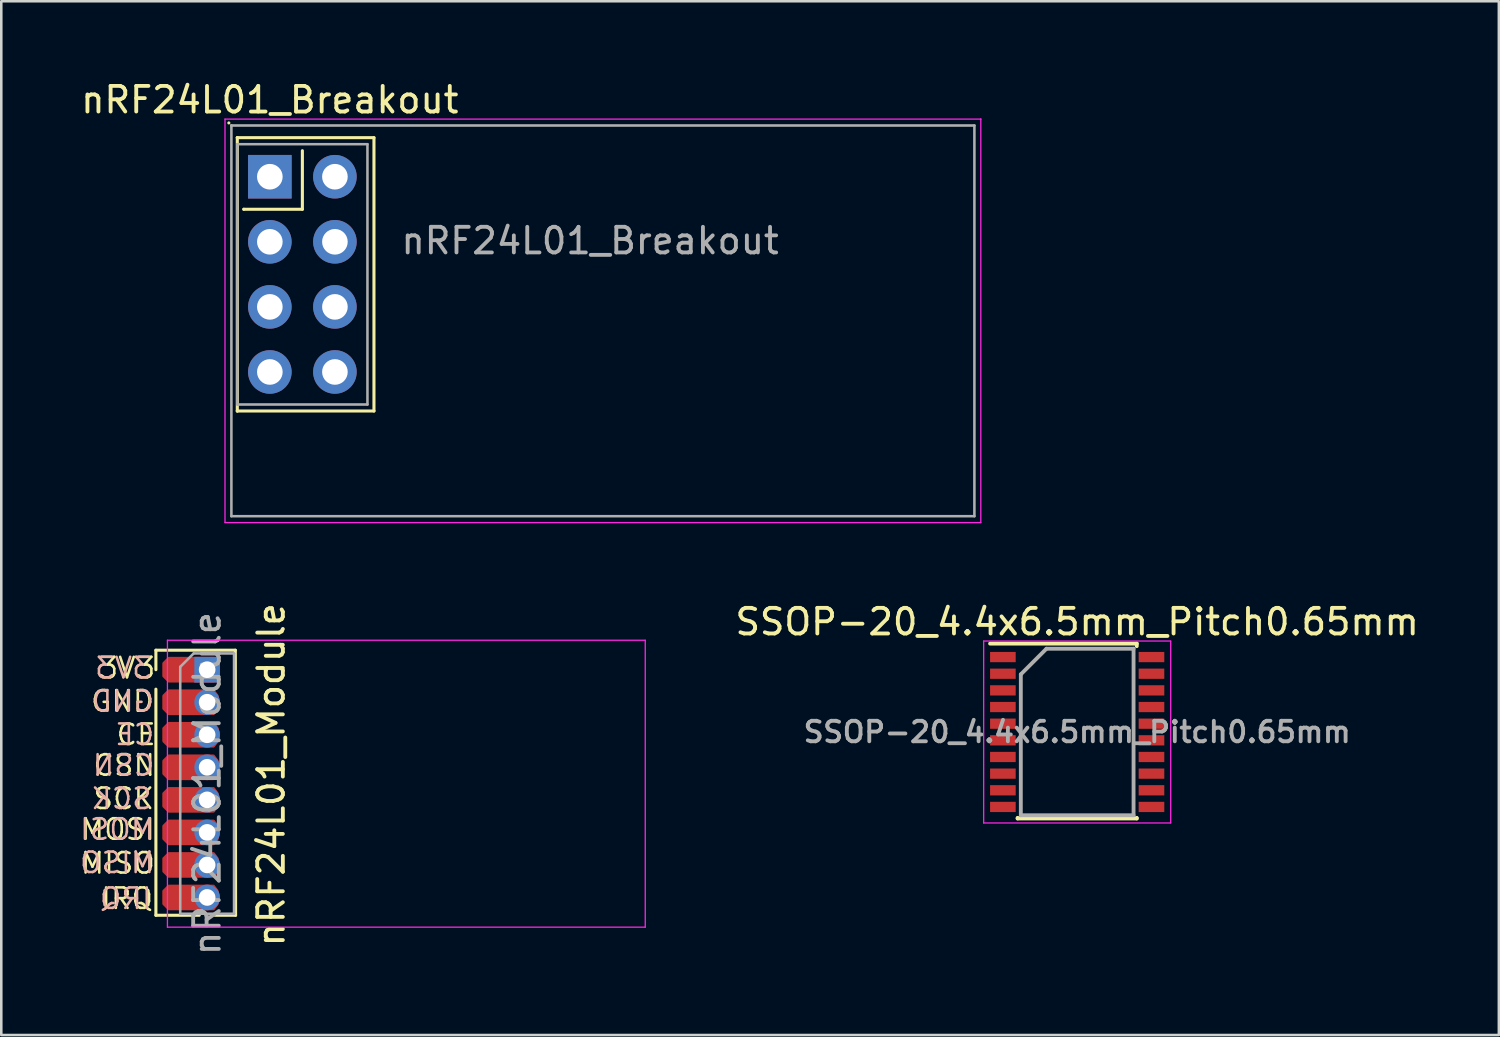
<source format=kicad_pcb>
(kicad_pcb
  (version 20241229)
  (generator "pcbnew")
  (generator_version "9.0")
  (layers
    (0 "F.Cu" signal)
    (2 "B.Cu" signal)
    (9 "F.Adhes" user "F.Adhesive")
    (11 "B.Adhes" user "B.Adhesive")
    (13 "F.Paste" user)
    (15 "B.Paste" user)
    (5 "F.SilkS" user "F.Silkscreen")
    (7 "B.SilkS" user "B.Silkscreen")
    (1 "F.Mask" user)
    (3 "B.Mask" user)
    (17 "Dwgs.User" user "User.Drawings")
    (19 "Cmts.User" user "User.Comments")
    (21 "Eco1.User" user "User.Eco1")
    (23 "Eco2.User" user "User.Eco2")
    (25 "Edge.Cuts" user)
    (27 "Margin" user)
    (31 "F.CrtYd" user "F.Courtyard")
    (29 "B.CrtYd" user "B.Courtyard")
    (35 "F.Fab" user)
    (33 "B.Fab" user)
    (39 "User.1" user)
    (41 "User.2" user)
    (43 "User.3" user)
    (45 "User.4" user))
  (footprint "SSOP-20_4.4x6.5mm_Pitch0.65mm"
    (layer "F.Cu")
    (at 38.994 25.521)
    (property "Reference" "SSOP-20_4.4x6.5mm_Pitch0.65mm" (at 0 -4.3 180) (layer "F.SilkS") (effects (font (size 1 1) (thickness 0.15))))
    (attr smd)
    (fp_line (start -3.4 -3.45) (end 2.325 -3.45) (stroke (width 0.15) (type solid)) (layer "F.SilkS"))
    (fp_line (start -2.325 3.375) (end -2.325 3.35) (stroke (width 0.15) (type solid)) (layer "F.SilkS"))
    (fp_line (start -2.325 3.375) (end 2.325 3.375) (stroke (width 0.15) (type solid)) (layer "F.SilkS"))
    (fp_line (start 2.325 -3.45) (end 2.325 -3.35) (stroke (width 0.15) (type solid)) (layer "F.SilkS"))
    (fp_line (start 2.325 3.375) (end 2.325 3.35) (stroke (width 0.15) (type solid)) (layer "F.SilkS"))
    (fp_line (start -3.65 -3.55) (end -3.65 3.55) (stroke (width 0.05) (type solid)) (layer "F.CrtYd"))
    (fp_line (start -3.65 -3.55) (end 3.65 -3.55) (stroke (width 0.05) (type solid)) (layer "F.CrtYd"))
    (fp_line (start -3.65 3.55) (end 3.65 3.55) (stroke (width 0.05) (type solid)) (layer "F.CrtYd"))
    (fp_line (start 3.65 -3.55) (end 3.65 3.55) (stroke (width 0.05) (type solid)) (layer "F.CrtYd"))
    (fp_line (start -2.2 -2.25) (end -1.2 -3.25) (stroke (width 0.15) (type solid)) (layer "F.Fab"))
    (fp_line (start -2.2 3.25) (end -2.2 -2.25) (stroke (width 0.15) (type solid)) (layer "F.Fab"))
    (fp_line (start -1.2 -3.25) (end 2.2 -3.25) (stroke (width 0.15) (type solid)) (layer "F.Fab"))
    (fp_line (start 2.2 -3.25) (end 2.2 3.25) (stroke (width 0.15) (type solid)) (layer "F.Fab"))
    (fp_line (start 2.2 3.25) (end -2.2 3.25) (stroke (width 0.15) (type solid)) (layer "F.Fab"))
    (fp_text user "${REFERENCE}" (at 0 0 180) (layer "F.Fab") (effects (font (size 0.8 0.8) (thickness 0.15))))
    (pad "1" smd rect (at -2.9 -2.925) (size 1 0.4) (layers "F.Cu" "F.Mask" "F.Paste"))
    (pad "2" smd rect (at -2.9 -2.275) (size 1 0.4) (layers "F.Cu" "F.Mask" "F.Paste"))
    (pad "3" smd rect (at -2.9 -1.625) (size 1 0.4) (layers "F.Cu" "F.Mask" "F.Paste"))
    (pad "4" smd rect (at -2.9 -0.975) (size 1 0.4) (layers "F.Cu" "F.Mask" "F.Paste"))
    (pad "5" smd rect (at -2.9 -0.325) (size 1 0.4) (layers "F.Cu" "F.Mask" "F.Paste"))
    (pad "6" smd rect (at -2.9 0.325) (size 1 0.4) (layers "F.Cu" "F.Mask" "F.Paste"))
    (pad "7" smd rect (at -2.9 0.975) (size 1 0.4) (layers "F.Cu" "F.Mask" "F.Paste"))
    (pad "8" smd rect (at -2.9 1.625) (size 1 0.4) (layers "F.Cu" "F.Mask" "F.Paste"))
    (pad "9" smd rect (at -2.9 2.275) (size 1 0.4) (layers "F.Cu" "F.Mask" "F.Paste"))
    (pad "10" smd rect (at -2.9 2.925) (size 1 0.4) (layers "F.Cu" "F.Mask" "F.Paste"))
    (pad "11" smd rect (at 2.9 2.925) (size 1 0.4) (layers "F.Cu" "F.Mask" "F.Paste"))
    (pad "12" smd rect (at 2.9 2.275) (size 1 0.4) (layers "F.Cu" "F.Mask" "F.Paste"))
    (pad "13" smd rect (at 2.9 1.625) (size 1 0.4) (layers "F.Cu" "F.Mask" "F.Paste"))
    (pad "14" smd rect (at 2.9 0.975) (size 1 0.4) (layers "F.Cu" "F.Mask" "F.Paste"))
    (pad "15" smd rect (at 2.9 0.325) (size 1 0.4) (layers "F.Cu" "F.Mask" "F.Paste"))
    (pad "16" smd rect (at 2.9 -0.325) (size 1 0.4) (layers "F.Cu" "F.Mask" "F.Paste"))
    (pad "17" smd rect (at 2.9 -0.975) (size 1 0.4) (layers "F.Cu" "F.Mask" "F.Paste"))
    (pad "18" smd rect (at 2.9 -1.625) (size 1 0.4) (layers "F.Cu" "F.Mask" "F.Paste"))
    (pad "19" smd rect (at 2.9 -2.275) (size 1 0.4) (layers "F.Cu" "F.Mask" "F.Paste"))
    (pad "20" smd rect (at 2.9 -2.925) (size 1 0.4) (layers "F.Cu" "F.Mask" "F.Paste")))
  (footprint "nRF24L01_Module"
    (layer "F.Cu")
    (at 5.035 23.089)
    (property "Reference" "nRF24L01_Module" (at 2.5 4.1 90) (layer "F.SilkS") (effects (font (size 1 1) (thickness 0.15))))
    (attr through_hole)
    (fp_line (start -2 -0.76) (end 1.1 -0.76) (stroke (width 0.12) (type solid)) (layer "F.SilkS"))
    (fp_line (start -2 0) (end -2 -0.76) (stroke (width 0.12) (type solid)) (layer "F.SilkS"))
    (fp_line (start -2 0.76) (end -2 9.585) (stroke (width 0.12) (type solid)) (layer "F.SilkS"))
    (fp_line (start -2 9.585) (end -0.308 9.585) (stroke (width 0.12) (type solid)) (layer "F.SilkS"))
    (fp_line (start 0.308 9.585) (end 1.11 9.585) (stroke (width 0.12) (type solid)) (layer "F.SilkS"))
    (fp_line (start 1.1 -0.76) (end 1.11 9.585) (stroke (width 0.12) (type solid)) (layer "F.SilkS"))
    (fp_line (start -1.55 -1.15) (end -1.55 10.05) (stroke (width 0.05) (type solid)) (layer "F.CrtYd"))
    (fp_line (start -1.55 10.05) (end 17.1 10.05) (stroke (width 0.05) (type solid)) (layer "F.CrtYd"))
    (fp_line (start 17.1 -1.15) (end -1.55 -1.15) (stroke (width 0.05) (type solid)) (layer "F.CrtYd"))
    (fp_line (start 17.1 10.05) (end 17.1 -1.15) (stroke (width 0.05) (type solid)) (layer "F.CrtYd"))
    (fp_line (start -1.05 -0.11) (end -0.525 -0.635) (stroke (width 0.1) (type solid)) (layer "F.Fab"))
    (fp_line (start -1.05 9.525) (end -1.05 -0.11) (stroke (width 0.1) (type solid)) (layer "F.Fab"))
    (fp_line (start -0.525 -0.635) (end 1.05 -0.635) (stroke (width 0.1) (type solid)) (layer "F.Fab"))
    (fp_line (start 1.05 -0.635) (end 1.05 9.525) (stroke (width 0.1) (type solid)) (layer "F.Fab"))
    (fp_line (start 1.05 9.525) (end -1.05 9.525) (stroke (width 0.1) (type solid)) (layer "F.Fab"))
    (fp_text user "3V3" (at -4.3 0.4 0) (unlocked yes) (layer "F.SilkS") (effects (font (size 0.8 0.8) (thickness 0.1)) (justify left bottom)))
    (fp_text user "SCK" (at -4.5 5.5 0) (unlocked yes) (layer "F.SilkS") (effects (font (size 0.8 0.8) (thickness 0.1)) (justify left bottom)))
    (fp_text user "IRQ" (at -4.2 9.4 0) (unlocked yes) (layer "F.SilkS") (effects (font (size 0.8 0.8) (thickness 0.1)) (justify left bottom)))
    (fp_text user "MISO" (at -5 8.02 0) (unlocked yes) (layer "F.SilkS") (effects (font (size 0.8 0.8) (thickness 0.1)) (justify left bottom)))
    (fp_text user "GND" (at -4.6 1.7 0) (unlocked yes) (layer "F.SilkS") (effects (font (size 0.8 0.8) (thickness 0.1)) (justify left bottom)))
    (fp_text user "CE" (at -3.6 3 0) (unlocked yes) (layer "F.SilkS") (effects (font (size 0.8 0.8) (thickness 0.1)) (justify left bottom)))
    (fp_text user "MOSI" (at -5 6.7 0) (unlocked yes) (layer "F.SilkS") (effects (font (size 0.8 0.8) (thickness 0.1)) (justify left bottom)))
    (fp_text user "CSN" (at -4.5 4.2 0) (unlocked yes) (layer "F.SilkS") (effects (font (size 0.8 0.8) (thickness 0.1)) (justify left bottom)))
    (fp_text user "MISO" (at -2 8 0) (unlocked yes) (layer "B.SilkS") (effects (font (size 0.8 0.8) (thickness 0.1)) (justify left bottom mirror)))
    (fp_text user "CSN" (at -2 4.2 0) (unlocked yes) (layer "B.SilkS") (effects (font (size 0.8 0.8) (thickness 0.1)) (justify left bottom mirror)))
    (fp_text user "SCK" (at -2.1 5.5 0) (unlocked yes) (layer "B.SilkS") (effects (font (size 0.8 0.8) (thickness 0.1)) (justify left bottom mirror)))
    (fp_text user "GND" (at -2 1.7 0) (unlocked yes) (layer "B.SilkS") (effects (font (size 0.8 0.8) (thickness 0.1)) (justify left bottom mirror)))
    (fp_text user "MOSI" (at -2 6.7 0) (unlocked yes) (layer "B.SilkS") (effects (font (size 0.8 0.8) (thickness 0.1)) (justify left bottom mirror)))
    (fp_text user "CE" (at -2 3 0) (unlocked yes) (layer "B.SilkS") (effects (font (size 0.8 0.8) (thickness 0.1)) (justify left bottom mirror)))
    (fp_text user "3V3" (at -2.1 0.4 0) (unlocked yes) (layer "B.SilkS") (effects (font (size 0.8 0.8) (thickness 0.1)) (justify left bottom mirror)))
    (fp_text user "IRQ" (at -2.1 9.4 0) (unlocked yes) (layer "B.SilkS") (effects (font (size 0.8 0.8) (thickness 0.1)) (justify left bottom mirror)))
    (fp_text user "${REFERENCE}" (at 0 4.445 90) (layer "F.Fab") (effects (font (size 1 1) (thickness 0.15))))
    (pad "1" smd custom (at 0 1.27 180) (size 0.8 0.8) (layers "F.Cu" "F.Mask") (options (anchor circle)) (primitives (gr_poly (pts (xy 1.7 0.25) (xy 1.5 0.45) (xy -0.25 0.45) (xy -0.4 0.25) (xy -0.4 -0.25) (xy -0.25 -0.45) (xy 1.5 -0.45) (xy 1.7 -0.25)) (width 0.1) (fill yes))))
    (pad "1" thru_hole circle (at 0 1.27 90) (size 1 1) (drill 0.65) (layers "*.Cu" "*.Mask"))
    (pad "2" smd custom (at 0 0 180) (size 0.8 0.8) (layers "F.Cu" "F.Mask") (options (anchor circle)) (primitives (gr_poly (pts (xy 1.7 0.25) (xy 1.5 0.45) (xy -0.25 0.45) (xy -0.4 0.25) (xy -0.4 -0.25) (xy -0.25 -0.45) (xy 1.5 -0.45) (xy 1.7 -0.25)) (width 0.1) (fill yes))))
    (pad "2" thru_hole rect (at 0 0) (size 1 1) (drill 0.65) (layers "*.Cu" "*.Mask"))
    (pad "3" smd custom (at 0 2.54 180) (size 0.8 0.8) (layers "F.Cu" "F.Mask") (options (anchor circle)) (primitives (gr_poly (pts (xy 1.7 0.25) (xy 1.5 0.45) (xy -0.25 0.45) (xy -0.4 0.25) (xy -0.4 -0.25) (xy -0.25 -0.45) (xy 1.5 -0.45) (xy 1.7 -0.25)) (width 0.1) (fill yes))))
    (pad "3" thru_hole oval (at 0 2.54) (size 1 1) (drill 0.65) (layers "*.Cu" "*.Mask"))
    (pad "4" smd custom (at 0 3.81 180) (size 0.8 0.8) (layers "F.Cu" "F.Mask") (options (anchor circle)) (primitives (gr_poly (pts (xy 1.7 0.25) (xy 1.5 0.45) (xy -0.25 0.45) (xy -0.4 0.25) (xy -0.4 -0.25) (xy -0.25 -0.45) (xy 1.5 -0.45) (xy 1.7 -0.25)) (width 0.1) (fill yes))))
    (pad "4" thru_hole oval (at 0 3.81) (size 1 1) (drill 0.65) (layers "*.Cu" "*.Mask"))
    (pad "5" smd custom (at 0 5.08 180) (size 0.8 0.8) (layers "F.Cu" "F.Mask") (options (anchor circle)) (primitives (gr_poly (pts (xy 1.7 0.25) (xy 1.5 0.45) (xy -0.25 0.45) (xy -0.4 0.25) (xy -0.4 -0.25) (xy -0.25 -0.45) (xy 1.5 -0.45) (xy 1.7 -0.25)) (width 0.1) (fill yes))))
    (pad "5" thru_hole oval (at 0 5.08) (size 1 1) (drill 0.65) (layers "*.Cu" "*.Mask"))
    (pad "6" smd custom (at 0 6.35 180) (size 0.8 0.8) (layers "F.Cu" "F.Mask") (options (anchor circle)) (primitives (gr_poly (pts (xy 1.7 0.25) (xy 1.5 0.45) (xy -0.25 0.45) (xy -0.4 0.25) (xy -0.4 -0.25) (xy -0.25 -0.45) (xy 1.5 -0.45) (xy 1.7 -0.25)) (width 0.1) (fill yes))))
    (pad "6" thru_hole oval (at 0 6.35) (size 1 1) (drill 0.65) (layers "*.Cu" "*.Mask"))
    (pad "7" smd custom (at 0 7.62 180) (size 0.8 0.8) (layers "F.Cu" "F.Mask") (options (anchor circle)) (primitives (gr_poly (pts (xy 1.7 0.25) (xy 1.5 0.45) (xy -0.25 0.45) (xy -0.4 0.25) (xy -0.4 -0.25) (xy -0.25 -0.45) (xy 1.5 -0.45) (xy 1.7 -0.25)) (width 0.1) (fill yes))))
    (pad "7" thru_hole oval (at 0 7.62) (size 1 1) (drill 0.65) (layers "*.Cu" "*.Mask"))
    (pad "8" smd custom (at 0 8.89 180) (size 0.8 0.8) (layers "F.Cu" "F.Mask") (options (anchor circle)) (primitives (gr_poly (pts (xy 1.7 0.25) (xy 1.5 0.45) (xy -0.25 0.45) (xy -0.4 0.25) (xy -0.4 -0.25) (xy -0.25 -0.45) (xy 1.5 -0.45) (xy 1.7 -0.25)) (width 0.1) (fill yes))))
    (pad "8" thru_hole oval (at 0 8.89) (size 1 1) (drill 0.65) (layers "*.Cu" "*.Mask"))
    (zone (net_name "") (layers "F.Cu" "B.Cu") (name "Antenna") (hatch edge 0.5) (connect_pads) (min_thickness 0.25) (filled_areas_thickness no) (keepout (tracks not_allowed) (vias not_allowed) (pads not_allowed) (copperpour not_allowed) (footprints allowed)) (placement (enabled no)) (fill) (polygon (pts (xy 13.335 21.689) (xy 13.335 33.389) (xy 22.535 33.489) (xy 22.535 21.689)))))
  (footprint "nRF24L01_Breakout"
    (layer "F.Cu")
    (at 7.482 3.848)
    (property "Reference" "nRF24L01_Breakout" (at 0 -3 0) (layer "F.SilkS") (effects (font (size 1 1) (thickness 0.15))))
    (attr through_hole)
    (fp_line (start -1.6 -2.1) (end -1.6 -2.1) (stroke (width 0.12) (type solid)) (layer "F.SilkS"))
    (fp_line (start -1.27 -1.524) (end -1.27 -1.524) (stroke (width 0.12) (type solid)) (layer "F.SilkS"))
    (fp_line (start -1.27 -1.524) (end 4.064 -1.524) (stroke (width 0.12) (type solid)) (layer "F.SilkS"))
    (fp_line (start -1.27 9.144) (end -1.27 -1.524) (stroke (width 0.12) (type solid)) (layer "F.SilkS"))
    (fp_line (start -1.27 9.144) (end -1.27 9.144) (stroke (width 0.12) (type solid)) (layer "F.SilkS"))
    (fp_line (start -1.016 1.27) (end -1.016 1.27) (stroke (width 0.12) (type solid)) (layer "F.SilkS"))
    (fp_line (start 1.27 -1.016) (end 1.27 1.27) (stroke (width 0.12) (type solid)) (layer "F.SilkS"))
    (fp_line (start 1.27 1.27) (end -1.016 1.27) (stroke (width 0.12) (type solid)) (layer "F.SilkS"))
    (fp_line (start 4.064 -1.524) (end 4.064 9.144) (stroke (width 0.12) (type solid)) (layer "F.SilkS"))
    (fp_line (start 4.064 9.144) (end -1.27 9.144) (stroke (width 0.12) (type solid)) (layer "F.SilkS"))
    (fp_line (start -1.75 -2.25) (end -1.75 13.5) (stroke (width 0.05) (type solid)) (layer "F.CrtYd"))
    (fp_line (start -1.75 13.5) (end 27.75 13.5) (stroke (width 0.05) (type solid)) (layer "F.CrtYd"))
    (fp_line (start 27.75 -2.25) (end -1.75 -2.25) (stroke (width 0.05) (type solid)) (layer "F.CrtYd"))
    (fp_line (start 27.75 -2.25) (end 27.75 -2.25) (stroke (width 0.05) (type solid)) (layer "F.CrtYd"))
    (fp_line (start 27.75 13.5) (end 27.75 -2.25) (stroke (width 0.05) (type solid)) (layer "F.CrtYd"))
    (fp_line (start -1.5 -2) (end -1.5 -2) (stroke (width 0.1) (type solid)) (layer "F.Fab"))
    (fp_line (start -1.5 -2) (end 27.5 -2) (stroke (width 0.1) (type solid)) (layer "F.Fab"))
    (fp_line (start -1.5 13.25) (end -1.5 -2) (stroke (width 0.1) (type solid)) (layer "F.Fab"))
    (fp_line (start -1.27 -1.27) (end -1.27 -1.27) (stroke (width 0.1) (type solid)) (layer "F.Fab"))
    (fp_line (start -1.27 -1.27) (end 3.81 -1.27) (stroke (width 0.1) (type solid)) (layer "F.Fab"))
    (fp_line (start -1.27 8.89) (end -1.27 -1.27) (stroke (width 0.1) (type solid)) (layer "F.Fab"))
    (fp_line (start 3.81 -1.27) (end 3.81 8.89) (stroke (width 0.1) (type solid)) (layer "F.Fab"))
    (fp_line (start 3.81 8.89) (end -1.27 8.89) (stroke (width 0.1) (type solid)) (layer "F.Fab"))
    (fp_line (start 27.5 -2) (end 27.5 13.25) (stroke (width 0.1) (type solid)) (layer "F.Fab"))
    (fp_line (start 27.5 13.25) (end -1.5 13.25) (stroke (width 0.1) (type solid)) (layer "F.Fab"))
    (fp_text user "${REFERENCE}" (at 12.5 2.5 0) (layer "F.Fab") (effects (font (size 1 1) (thickness 0.15))))
    (pad "1" thru_hole rect (at 0 0) (size 1.7 1.7) (drill 1) (layers "*.Cu" "*.Mask"))
    (pad "2" thru_hole circle (at 2.54 0) (size 1.7 1.7) (drill 1) (layers "*.Cu" "*.Mask"))
    (pad "3" thru_hole circle (at 0 2.54) (size 1.7 1.7) (drill 1) (layers "*.Cu" "*.Mask"))
    (pad "4" thru_hole circle (at 2.54 2.54) (size 1.7 1.7) (drill 1) (layers "*.Cu" "*.Mask"))
    (pad "5" thru_hole circle (at 0 5.08) (size 1.7 1.7) (drill 1) (layers "*.Cu" "*.Mask"))
    (pad "6" thru_hole circle (at 2.54 5.08) (size 1.7 1.7) (drill 1) (layers "*.Cu" "*.Mask"))
    (pad "7" thru_hole circle (at 0 7.62) (size 1.7 1.7) (drill 1) (layers "*.Cu" "*.Mask"))
    (pad "8" thru_hole circle (at 2.54 7.62) (size 1.7 1.7) (drill 1) (layers "*.Cu" "*.Mask")))
  (gr_rect
    (start -3 -3)
    (end 55.452 37.349)
    (stroke (width 0.1) (type default))
    (fill no)
    (layer "Edge.Cuts")))
</source>
